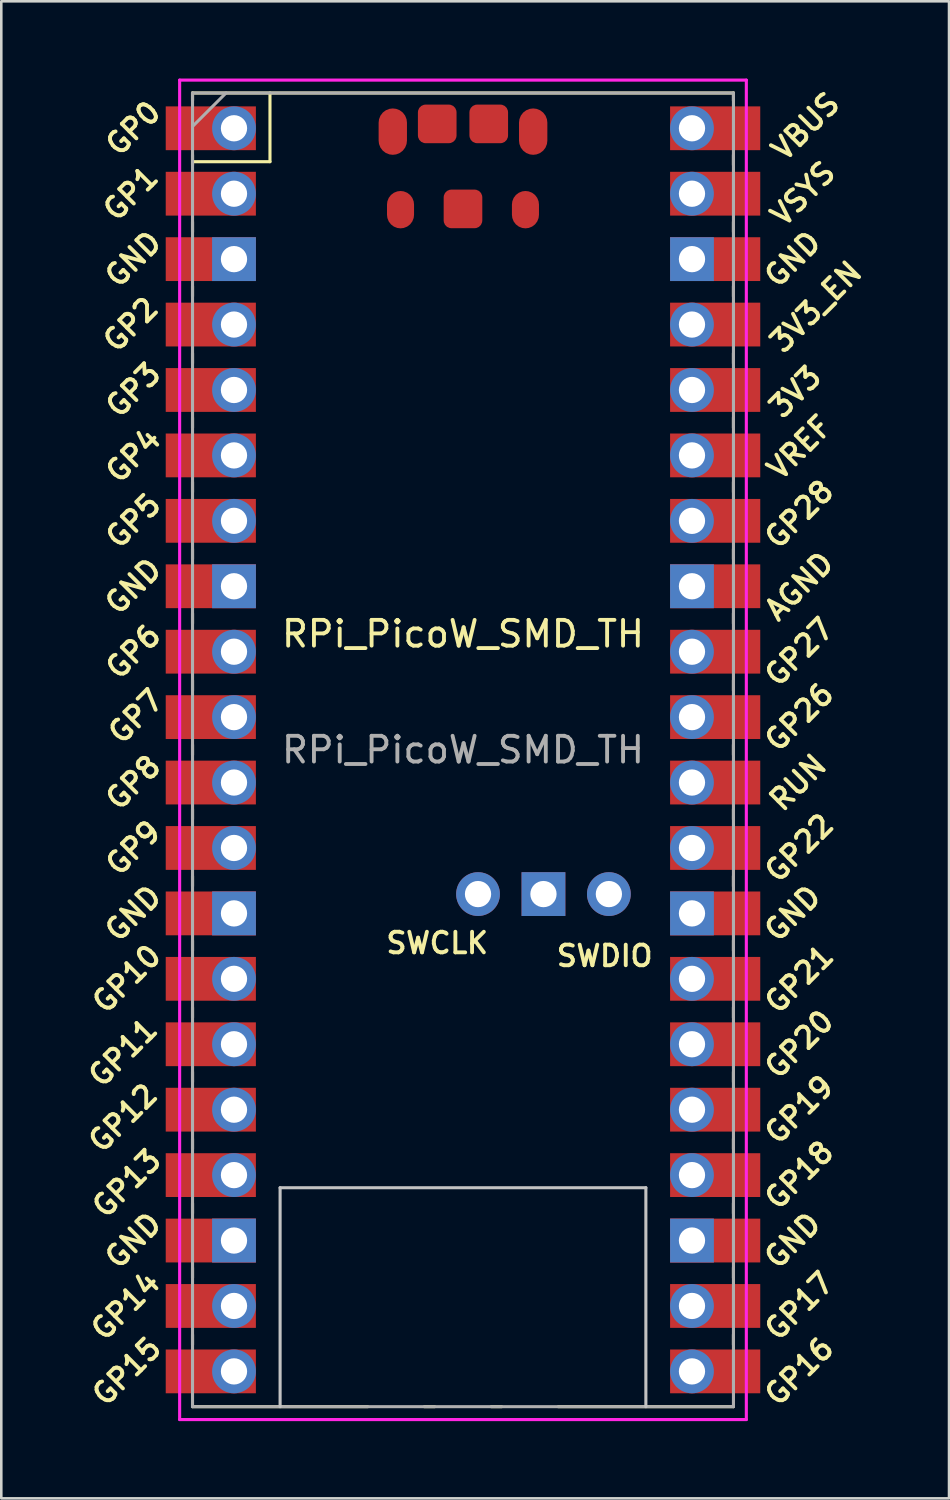
<source format=kicad_pcb>
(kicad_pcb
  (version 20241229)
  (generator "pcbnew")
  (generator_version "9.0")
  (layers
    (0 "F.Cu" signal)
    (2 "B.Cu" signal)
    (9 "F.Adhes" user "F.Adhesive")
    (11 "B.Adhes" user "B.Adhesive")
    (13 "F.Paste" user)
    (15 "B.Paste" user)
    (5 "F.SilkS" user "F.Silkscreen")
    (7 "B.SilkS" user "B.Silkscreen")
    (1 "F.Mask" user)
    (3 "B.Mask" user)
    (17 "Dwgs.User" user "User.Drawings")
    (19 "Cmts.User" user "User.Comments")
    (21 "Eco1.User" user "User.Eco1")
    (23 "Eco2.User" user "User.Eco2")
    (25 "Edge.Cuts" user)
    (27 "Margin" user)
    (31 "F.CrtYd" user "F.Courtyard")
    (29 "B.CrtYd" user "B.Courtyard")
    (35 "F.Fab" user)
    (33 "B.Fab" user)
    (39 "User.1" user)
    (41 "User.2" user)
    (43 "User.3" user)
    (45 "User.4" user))
  (footprint "RPi_PicoW_SMD_TH"
    (layer "F.Cu")
    (at 4.424 51.56)
    (property "Reference" "RPi_PicoW_SMD_TH" (at 10.5 -30 0) (layer "F.SilkS") (effects (font (size 1 1) (thickness 0.15))))
    (attr through_hole)
    (fp_line (start 0 -51) (end 0 -50.7) (stroke (width 0.12) (type solid)) (layer "F.SilkS"))
    (fp_line (start 0 -51) (end 21 -51) (stroke (width 0.12) (type solid)) (layer "F.SilkS"))
    (fp_line (start 0 -48.6) (end 0 -48.2) (stroke (width 0.12) (type solid)) (layer "F.SilkS"))
    (fp_line (start 0 -48.333) (end 3.007 -48.333) (stroke (width 0.12) (type solid)) (layer "F.SilkS"))
    (fp_line (start 0 -46) (end 0 -45.6) (stroke (width 0.12) (type solid)) (layer "F.SilkS"))
    (fp_line (start 0 -43.5) (end 0 -43.1) (stroke (width 0.12) (type solid)) (layer "F.SilkS"))
    (fp_line (start 0 -40.9) (end 0 -40.5) (stroke (width 0.12) (type solid)) (layer "F.SilkS"))
    (fp_line (start 0 -38.4) (end 0 -38) (stroke (width 0.12) (type solid)) (layer "F.SilkS"))
    (fp_line (start 0 -35.9) (end 0 -35.5) (stroke (width 0.12) (type solid)) (layer "F.SilkS"))
    (fp_line (start 0 -33.3) (end 0 -32.9) (stroke (width 0.12) (type solid)) (layer "F.SilkS"))
    (fp_line (start 0 -30.8) (end 0 -30.4) (stroke (width 0.12) (type solid)) (layer "F.SilkS"))
    (fp_line (start 0 -28.2) (end 0 -27.8) (stroke (width 0.12) (type solid)) (layer "F.SilkS"))
    (fp_line (start 0 -25.7) (end 0 -25.3) (stroke (width 0.12) (type solid)) (layer "F.SilkS"))
    (fp_line (start 0 -23.2) (end 0 -22.8) (stroke (width 0.12) (type solid)) (layer "F.SilkS"))
    (fp_line (start 0 -20.6) (end 0 -20.2) (stroke (width 0.12) (type solid)) (layer "F.SilkS"))
    (fp_line (start 0 -18.1) (end 0 -17.7) (stroke (width 0.12) (type solid)) (layer "F.SilkS"))
    (fp_line (start 0 -15.5) (end 0 -15.1) (stroke (width 0.12) (type solid)) (layer "F.SilkS"))
    (fp_line (start 0 -13) (end 0 -12.6) (stroke (width 0.12) (type solid)) (layer "F.SilkS"))
    (fp_line (start 0 -10.4) (end 0 -10) (stroke (width 0.12) (type solid)) (layer "F.SilkS"))
    (fp_line (start 0 -7.9) (end 0 -7.5) (stroke (width 0.12) (type solid)) (layer "F.SilkS"))
    (fp_line (start 0 -5.4) (end 0 -5) (stroke (width 0.12) (type solid)) (layer "F.SilkS"))
    (fp_line (start 0 -2.8) (end 0 -2.4) (stroke (width 0.12) (type solid)) (layer "F.SilkS"))
    (fp_line (start 3.007 -48.333) (end 3.007 -51) (stroke (width 0.12) (type solid)) (layer "F.SilkS"))
    (fp_line (start 6.8 0) (end 0 0) (stroke (width 0.12) (type solid)) (layer "F.SilkS"))
    (fp_line (start 9 0) (end 9.4 0) (stroke (width 0.12) (type solid)) (layer "F.SilkS"))
    (fp_line (start 11.6 0) (end 12 0) (stroke (width 0.12) (type solid)) (layer "F.SilkS"))
    (fp_line (start 21 -51) (end 21 -50.7) (stroke (width 0.12) (type solid)) (layer "F.SilkS"))
    (fp_line (start 21 -48.6) (end 21 -48.2) (stroke (width 0.12) (type solid)) (layer "F.SilkS"))
    (fp_line (start 21 -46) (end 21 -45.6) (stroke (width 0.12) (type solid)) (layer "F.SilkS"))
    (fp_line (start 21 -43.5) (end 21 -43.1) (stroke (width 0.12) (type solid)) (layer "F.SilkS"))
    (fp_line (start 21 -40.9) (end 21 -40.5) (stroke (width 0.12) (type solid)) (layer "F.SilkS"))
    (fp_line (start 21 -38.4) (end 21 -38) (stroke (width 0.12) (type solid)) (layer "F.SilkS"))
    (fp_line (start 21 -35.9) (end 21 -35.5) (stroke (width 0.12) (type solid)) (layer "F.SilkS"))
    (fp_line (start 21 -33.3) (end 21 -32.9) (stroke (width 0.12) (type solid)) (layer "F.SilkS"))
    (fp_line (start 21 -30.8) (end 21 -30.4) (stroke (width 0.12) (type solid)) (layer "F.SilkS"))
    (fp_line (start 21 -28.2) (end 21 -27.8) (stroke (width 0.12) (type solid)) (layer "F.SilkS"))
    (fp_line (start 21 -25.7) (end 21 -25.3) (stroke (width 0.12) (type solid)) (layer "F.SilkS"))
    (fp_line (start 21 -23.2) (end 21 -22.8) (stroke (width 0.12) (type solid)) (layer "F.SilkS"))
    (fp_line (start 21 -20.6) (end 21 -20.2) (stroke (width 0.12) (type solid)) (layer "F.SilkS"))
    (fp_line (start 21 -18.1) (end 21 -17.7) (stroke (width 0.12) (type solid)) (layer "F.SilkS"))
    (fp_line (start 21 -15.5) (end 21 -15.1) (stroke (width 0.12) (type solid)) (layer "F.SilkS"))
    (fp_line (start 21 -13) (end 21 -12.6) (stroke (width 0.12) (type solid)) (layer "F.SilkS"))
    (fp_line (start 21 -10.4) (end 21 -10) (stroke (width 0.12) (type solid)) (layer "F.SilkS"))
    (fp_line (start 21 -7.9) (end 21 -7.5) (stroke (width 0.12) (type solid)) (layer "F.SilkS"))
    (fp_line (start 21 -5.4) (end 21 -5) (stroke (width 0.12) (type solid)) (layer "F.SilkS"))
    (fp_line (start 21 -2.8) (end 21 -2.4) (stroke (width 0.12) (type solid)) (layer "F.SilkS"))
    (fp_line (start 21 0) (end 14.2 0) (stroke (width 0.12) (type solid)) (layer "F.SilkS"))
    (fp_line (start 3.4 -8.5) (end 17.6 -8.5) (stroke (width 0.12) (type solid)) (layer "Dwgs.User"))
    (fp_line (start 3.4 0) (end 3.4 -8.5) (stroke (width 0.12) (type solid)) (layer "Dwgs.User"))
    (fp_line (start 17.6 -8.5) (end 17.6 0) (stroke (width 0.12) (type solid)) (layer "Dwgs.User"))
    (fp_line (start -0.5 -51.5) (end 21.5 -51.5) (stroke (width 0.12) (type solid)) (layer "F.CrtYd"))
    (fp_line (start -0.5 0.5) (end -0.5 -51.5) (stroke (width 0.12) (type solid)) (layer "F.CrtYd"))
    (fp_line (start 21.5 -51.5) (end 21.5 0.5) (stroke (width 0.12) (type solid)) (layer "F.CrtYd"))
    (fp_line (start 21.5 0.5) (end -0.5 0.5) (stroke (width 0.12) (type solid)) (layer "F.CrtYd"))
    (fp_line (start 0 -51) (end 21 -51) (stroke (width 0.12) (type solid)) (layer "F.Fab"))
    (fp_line (start 0 -49.7) (end 1.3 -51) (stroke (width 0.12) (type solid)) (layer "F.Fab"))
    (fp_line (start 0 0) (end 0 -51) (stroke (width 0.12) (type solid)) (layer "F.Fab"))
    (fp_line (start 21 -51) (end 21 0) (stroke (width 0.12) (type solid)) (layer "F.Fab"))
    (fp_line (start 21 0) (end 0 0) (stroke (width 0.12) (type solid)) (layer "F.Fab"))
    (fp_text user "GND" (at -2.3 -19.15 45) (layer "F.SilkS") (effects (font (size 0.8 0.8) (thickness 0.15))))
    (fp_text user "GP22" (at 23.554 -21.69 45) (layer "F.SilkS") (effects (font (size 0.8 0.8) (thickness 0.15))))
    (fp_text user "GP12" (at -2.7 -11.207 45) (layer "F.SilkS") (effects (font (size 0.8 0.8) (thickness 0.15))))
    (fp_text user "GP3" (at -2.3 -39.47 45) (layer "F.SilkS") (effects (font (size 0.8 0.8) (thickness 0.15))))
    (fp_text user "GP27" (at 23.554 -29.3 45) (layer "F.SilkS") (effects (font (size 0.8 0.8) (thickness 0.15))))
    (fp_text user "SWCLK" (at 9.5 -18 0) (layer "F.SilkS") (effects (font (size 0.8 0.8) (thickness 0.15))))
    (fp_text user "GP16" (at 23.554 -1.37 45) (layer "F.SilkS") (effects (font (size 0.8 0.8) (thickness 0.15))))
    (fp_text user "3V3" (at 23.4 -39.4 45) (layer "F.SilkS") (effects (font (size 0.8 0.8) (thickness 0.15))))
    (fp_text user "GND" (at -2.3 -44.55 45) (layer "F.SilkS") (effects (font (size 0.8 0.8) (thickness 0.15))))
    (fp_text user "VSYS" (at 23.7 -47.09 45) (layer "F.SilkS") (effects (font (size 0.8 0.8) (thickness 0.15))))
    (fp_text user "3V3_EN" (at 24.2 -42.7 45) (layer "F.SilkS") (effects (font (size 0.8 0.8) (thickness 0.15))))
    (fp_text user "GP20" (at 23.554 -14.07 45) (layer "F.SilkS") (effects (font (size 0.8 0.8) (thickness 0.15))))
    (fp_text user "GND" (at -2.3 -6.45 45) (layer "F.SilkS") (effects (font (size 0.8 0.8) (thickness 0.15))))
    (fp_text user "GP19" (at 23.554 -11.53 45) (layer "F.SilkS") (effects (font (size 0.8 0.8) (thickness 0.15))))
    (fp_text user "GND" (at -2.3 -31.85 45) (layer "F.SilkS") (effects (font (size 0.8 0.8) (thickness 0.15))))
    (fp_text user "AGND" (at 23.554 -31.85 45) (layer "F.SilkS") (effects (font (size 0.8 0.8) (thickness 0.15))))
    (fp_text user "GP26" (at 23.554 -26.77 45) (layer "F.SilkS") (effects (font (size 0.8 0.8) (thickness 0.15))))
    (fp_text user "VREF" (at 23.567 -37.242 45) (layer "F.SilkS") (effects (font (size 0.8 0.8) (thickness 0.15))))
    (fp_text user "GP5" (at -2.3 -34.39 45) (layer "F.SilkS") (effects (font (size 0.8 0.8) (thickness 0.15))))
    (fp_text user "GP8" (at -2.3 -24.23 45) (layer "F.SilkS") (effects (font (size 0.8 0.8) (thickness 0.15))))
    (fp_text user "GP9" (at -2.3 -21.69 45) (layer "F.SilkS") (effects (font (size 0.8 0.8) (thickness 0.15))))
    (fp_text user "GP18" (at 23.554 -8.99 45) (layer "F.SilkS") (effects (font (size 0.8 0.8) (thickness 0.15))))
    (fp_text user "VBUS" (at 23.8 -49.7 45) (layer "F.SilkS") (effects (font (size 0.8 0.8) (thickness 0.15))))
    (fp_text user "GP2" (at -2.4 -42.01 45) (layer "F.SilkS") (effects (font (size 0.8 0.8) (thickness 0.15))))
    (fp_text user "RUN" (at 23.5 -24.23 45) (layer "F.SilkS") (effects (font (size 0.8 0.8) (thickness 0.15))))
    (fp_text user "GP28" (at 23.554 -34.644 45) (layer "F.SilkS") (effects (font (size 0.8 0.8) (thickness 0.15))))
    (fp_text user "GP14" (at -2.6 -3.91 45) (layer "F.SilkS") (effects (font (size 0.8 0.8) (thickness 0.15))))
    (fp_text user "GP21" (at 23.554 -16.6 45) (layer "F.SilkS") (effects (font (size 0.8 0.8) (thickness 0.15))))
    (fp_text user "GND" (at 23.3 -6.45 45) (layer "F.SilkS") (effects (font (size 0.8 0.8) (thickness 0.15))))
    (fp_text user "GP10" (at -2.554 -16.61 45) (layer "F.SilkS") (effects (font (size 0.8 0.8) (thickness 0.15))))
    (fp_text user "GP1" (at -2.4 -47.1 45) (layer "F.SilkS") (effects (font (size 0.8 0.8) (thickness 0.15))))
    (fp_text user "GP15" (at -2.554 -1.37 45) (layer "F.SilkS") (effects (font (size 0.8 0.8) (thickness 0.15))))
    (fp_text user "SWDIO" (at 16 -17.5 0) (layer "F.SilkS") (effects (font (size 0.8 0.8) (thickness 0.15))))
    (fp_text user "GP0" (at -2.3 -49.63 45) (layer "F.SilkS") (effects (font (size 0.8 0.8) (thickness 0.15))))
    (fp_text user "GP7" (at -2.2 -26.8 45) (layer "F.SilkS") (effects (font (size 0.8 0.8) (thickness 0.15))))
    (fp_text user "GP4" (at -2.3 -36.93 45) (layer "F.SilkS") (effects (font (size 0.8 0.8) (thickness 0.15))))
    (fp_text user "GP17" (at 23.554 -3.91 45) (layer "F.SilkS") (effects (font (size 0.8 0.8) (thickness 0.15))))
    (fp_text user "GP13" (at -2.554 -8.668 45) (layer "F.SilkS") (effects (font (size 0.8 0.8) (thickness 0.15))))
    (fp_text user "GND" (at 23.3 -44.55 45) (layer "F.SilkS") (effects (font (size 0.8 0.8) (thickness 0.15))))
    (fp_text user "GP6" (at -2.3 -29.31 45) (layer "F.SilkS") (effects (font (size 0.8 0.8) (thickness 0.15))))
    (fp_text user "GND" (at 23.3 -19.15 45) (layer "F.SilkS") (effects (font (size 0.8 0.8) (thickness 0.15))))
    (fp_text user "GP11" (at -2.7 -13.748 45) (layer "F.SilkS") (effects (font (size 0.8 0.8) (thickness 0.15))))
    (fp_text user "${REFERENCE}" (at 10.5 -25.5 180) (layer "F.Fab") (effects (font (size 1 1) (thickness 0.15))))
    (pad "1" thru_hole oval (at 1.61 -49.63) (size 1.7 1.7) (drill 1.02) (layers "*.Cu" "*.Mask"))
    (pad "1" smd rect (at 1.61 -49.63) (size 3.5 1.7) (drill (offset -0.9 0)) (layers "F.Cu" "F.Mask"))
    (pad "2" thru_hole oval (at 1.61 -47.09) (size 1.7 1.7) (drill 1.02) (layers "*.Cu" "*.Mask"))
    (pad "2" smd rect (at 1.61 -47.09) (size 3.5 1.7) (drill (offset -0.9 0)) (layers "F.Cu" "F.Mask"))
    (pad "3" thru_hole rect (at 1.61 -44.55) (size 1.7 1.7) (drill 1.02) (layers "*.Cu" "*.Mask"))
    (pad "3" smd rect (at 1.61 -44.55) (size 3.5 1.7) (drill (offset -0.9 0)) (layers "F.Cu" "F.Mask"))
    (pad "4" thru_hole oval (at 1.61 -42.01) (size 1.7 1.7) (drill 1.02) (layers "*.Cu" "*.Mask"))
    (pad "4" smd rect (at 1.61 -42.01) (size 3.5 1.7) (drill (offset -0.9 0)) (layers "F.Cu" "F.Mask"))
    (pad "5" thru_hole oval (at 1.61 -39.47) (size 1.7 1.7) (drill 1.02) (layers "*.Cu" "*.Mask"))
    (pad "5" smd rect (at 1.61 -39.47) (size 3.5 1.7) (drill (offset -0.9 0)) (layers "F.Cu" "F.Mask"))
    (pad "6" thru_hole oval (at 1.61 -36.93) (size 1.7 1.7) (drill 1.02) (layers "*.Cu" "*.Mask"))
    (pad "6" smd rect (at 1.61 -36.93) (size 3.5 1.7) (drill (offset -0.9 0)) (layers "F.Cu" "F.Mask"))
    (pad "7" thru_hole oval (at 1.61 -34.39) (size 1.7 1.7) (drill 1.02) (layers "*.Cu" "*.Mask"))
    (pad "7" smd rect (at 1.61 -34.39) (size 3.5 1.7) (drill (offset -0.9 0)) (layers "F.Cu" "F.Mask"))
    (pad "8" thru_hole rect (at 1.61 -31.85) (size 1.7 1.7) (drill 1.02) (layers "*.Cu" "*.Mask"))
    (pad "8" smd rect (at 1.61 -31.85) (size 3.5 1.7) (drill (offset -0.9 0)) (layers "F.Cu" "F.Mask"))
    (pad "9" thru_hole oval (at 1.61 -29.31) (size 1.7 1.7) (drill 1.02) (layers "*.Cu" "*.Mask"))
    (pad "9" smd rect (at 1.61 -29.31) (size 3.5 1.7) (drill (offset -0.9 0)) (layers "F.Cu" "F.Mask"))
    (pad "10" thru_hole oval (at 1.61 -26.77) (size 1.7 1.7) (drill 1.02) (layers "*.Cu" "*.Mask"))
    (pad "10" smd rect (at 1.61 -26.77) (size 3.5 1.7) (drill (offset -0.9 0)) (layers "F.Cu" "F.Mask"))
    (pad "11" thru_hole oval (at 1.61 -24.23) (size 1.7 1.7) (drill 1.02) (layers "*.Cu" "*.Mask"))
    (pad "11" smd rect (at 1.61 -24.23) (size 3.5 1.7) (drill (offset -0.9 0)) (layers "F.Cu" "F.Mask"))
    (pad "12" thru_hole oval (at 1.61 -21.69) (size 1.7 1.7) (drill 1.02) (layers "*.Cu" "*.Mask"))
    (pad "12" smd rect (at 1.61 -21.69) (size 3.5 1.7) (drill (offset -0.9 0)) (layers "F.Cu" "F.Mask"))
    (pad "13" thru_hole rect (at 1.61 -19.15) (size 1.7 1.7) (drill 1.02) (layers "*.Cu" "*.Mask"))
    (pad "13" smd rect (at 1.61 -19.15) (size 3.5 1.7) (drill (offset -0.9 0)) (layers "F.Cu" "F.Mask"))
    (pad "14" thru_hole oval (at 1.61 -16.61) (size 1.7 1.7) (drill 1.02) (layers "*.Cu" "*.Mask"))
    (pad "14" smd rect (at 1.61 -16.61) (size 3.5 1.7) (drill (offset -0.9 0)) (layers "F.Cu" "F.Mask"))
    (pad "15" thru_hole oval (at 1.61 -14.07) (size 1.7 1.7) (drill 1.02) (layers "*.Cu" "*.Mask"))
    (pad "15" smd rect (at 1.61 -14.07) (size 3.5 1.7) (drill (offset -0.9 0)) (layers "F.Cu" "F.Mask"))
    (pad "16" thru_hole oval (at 1.61 -11.53) (size 1.7 1.7) (drill 1.02) (layers "*.Cu" "*.Mask"))
    (pad "16" smd rect (at 1.61 -11.53) (size 3.5 1.7) (drill (offset -0.9 0)) (layers "F.Cu" "F.Mask"))
    (pad "17" thru_hole oval (at 1.61 -8.99) (size 1.7 1.7) (drill 1.02) (layers "*.Cu" "*.Mask"))
    (pad "17" smd rect (at 1.61 -8.99) (size 3.5 1.7) (drill (offset -0.9 0)) (layers "F.Cu" "F.Mask"))
    (pad "18" thru_hole rect (at 1.61 -6.45) (size 1.7 1.7) (drill 1.02) (layers "*.Cu" "*.Mask"))
    (pad "18" smd rect (at 1.61 -6.45) (size 3.5 1.7) (drill (offset -0.9 0)) (layers "F.Cu" "F.Mask"))
    (pad "19" thru_hole oval (at 1.61 -3.91) (size 1.7 1.7) (drill 1.02) (layers "*.Cu" "*.Mask"))
    (pad "19" smd rect (at 1.61 -3.91) (size 3.5 1.7) (drill (offset -0.9 0)) (layers "F.Cu" "F.Mask"))
    (pad "20" thru_hole oval (at 1.61 -1.37) (size 1.7 1.7) (drill 1.02) (layers "*.Cu" "*.Mask"))
    (pad "20" smd rect (at 1.61 -1.37) (size 3.5 1.7) (drill (offset -0.9 0)) (layers "F.Cu" "F.Mask"))
    (pad "21" thru_hole oval (at 19.39 -1.37) (size 1.7 1.7) (drill 1.02) (layers "*.Cu" "*.Mask"))
    (pad "21" smd rect (at 19.39 -1.37) (size 3.5 1.7) (drill (offset 0.9 0)) (layers "F.Cu" "F.Mask"))
    (pad "22" thru_hole oval (at 19.39 -3.91) (size 1.7 1.7) (drill 1.02) (layers "*.Cu" "*.Mask"))
    (pad "22" smd rect (at 19.39 -3.91) (size 3.5 1.7) (drill (offset 0.9 0)) (layers "F.Cu" "F.Mask"))
    (pad "23" thru_hole rect (at 19.39 -6.45) (size 1.7 1.7) (drill 1.02) (layers "*.Cu" "*.Mask"))
    (pad "23" smd rect (at 19.39 -6.45) (size 3.5 1.7) (drill (offset 0.9 0)) (layers "F.Cu" "F.Mask"))
    (pad "24" thru_hole oval (at 19.39 -8.99) (size 1.7 1.7) (drill 1.02) (layers "*.Cu" "*.Mask"))
    (pad "24" smd rect (at 19.39 -8.99) (size 3.5 1.7) (drill (offset 0.9 0)) (layers "F.Cu" "F.Mask"))
    (pad "25" thru_hole oval (at 19.39 -11.53) (size 1.7 1.7) (drill 1.02) (layers "*.Cu" "*.Mask"))
    (pad "25" smd rect (at 19.39 -11.53) (size 3.5 1.7) (drill (offset 0.9 0)) (layers "F.Cu" "F.Mask"))
    (pad "26" thru_hole oval (at 19.39 -14.07) (size 1.7 1.7) (drill 1.02) (layers "*.Cu" "*.Mask"))
    (pad "26" smd rect (at 19.39 -14.07) (size 3.5 1.7) (drill (offset 0.9 0)) (layers "F.Cu" "F.Mask"))
    (pad "27" thru_hole oval (at 19.39 -16.61) (size 1.7 1.7) (drill 1.02) (layers "*.Cu" "*.Mask"))
    (pad "27" smd rect (at 19.39 -16.61) (size 3.5 1.7) (drill (offset 0.9 0)) (layers "F.Cu" "F.Mask"))
    (pad "28" thru_hole rect (at 19.39 -19.15) (size 1.7 1.7) (drill 1.02) (layers "*.Cu" "*.Mask"))
    (pad "28" smd rect (at 19.39 -19.15) (size 3.5 1.7) (drill (offset 0.9 0)) (layers "F.Cu" "F.Mask"))
    (pad "29" thru_hole oval (at 19.39 -21.69) (size 1.7 1.7) (drill 1.02) (layers "*.Cu" "*.Mask"))
    (pad "29" smd rect (at 19.39 -21.69) (size 3.5 1.7) (drill (offset 0.9 0)) (layers "F.Cu" "F.Mask"))
    (pad "30" thru_hole oval (at 19.39 -24.23) (size 1.7 1.7) (drill 1.02) (layers "*.Cu" "*.Mask"))
    (pad "30" smd rect (at 19.39 -24.23) (size 3.5 1.7) (drill (offset 0.9 0)) (layers "F.Cu" "F.Mask"))
    (pad "31" thru_hole oval (at 19.39 -26.77) (size 1.7 1.7) (drill 1.02) (layers "*.Cu" "*.Mask"))
    (pad "31" smd rect (at 19.39 -26.77) (size 3.5 1.7) (drill (offset 0.9 0)) (layers "F.Cu" "F.Mask"))
    (pad "32" thru_hole oval (at 19.39 -29.31) (size 1.7 1.7) (drill 1.02) (layers "*.Cu" "*.Mask"))
    (pad "32" smd rect (at 19.39 -29.31) (size 3.5 1.7) (drill (offset 0.9 0)) (layers "F.Cu" "F.Mask"))
    (pad "33" thru_hole rect (at 19.39 -31.85) (size 1.7 1.7) (drill 1.02) (layers "*.Cu" "*.Mask"))
    (pad "33" smd rect (at 19.39 -31.85) (size 3.5 1.7) (drill (offset 0.9 0)) (layers "F.Cu" "F.Mask"))
    (pad "34" thru_hole oval (at 19.39 -34.39) (size 1.7 1.7) (drill 1.02) (layers "*.Cu" "*.Mask"))
    (pad "34" smd rect (at 19.39 -34.39) (size 3.5 1.7) (drill (offset 0.9 0)) (layers "F.Cu" "F.Mask"))
    (pad "35" thru_hole oval (at 19.39 -36.93) (size 1.7 1.7) (drill 1.02) (layers "*.Cu" "*.Mask"))
    (pad "35" smd rect (at 19.39 -36.93) (size 3.5 1.7) (drill (offset 0.9 0)) (layers "F.Cu" "F.Mask"))
    (pad "36" thru_hole oval (at 19.39 -39.47) (size 1.7 1.7) (drill 1.02) (layers "*.Cu" "*.Mask"))
    (pad "36" smd rect (at 19.39 -39.47) (size 3.5 1.7) (drill (offset 0.9 0)) (layers "F.Cu" "F.Mask"))
    (pad "37" thru_hole oval (at 19.39 -42.01) (size 1.7 1.7) (drill 1.02) (layers "*.Cu" "*.Mask"))
    (pad "37" smd rect (at 19.39 -42.01) (size 3.5 1.7) (drill (offset 0.9 0)) (layers "F.Cu" "F.Mask"))
    (pad "38" thru_hole rect (at 19.39 -44.55) (size 1.7 1.7) (drill 1.02) (layers "*.Cu" "*.Mask"))
    (pad "38" smd rect (at 19.39 -44.55) (size 3.5 1.7) (drill (offset 0.9 0)) (layers "F.Cu" "F.Mask"))
    (pad "39" thru_hole oval (at 19.39 -47.09) (size 1.7 1.7) (drill 1.02) (layers "*.Cu" "*.Mask"))
    (pad "39" smd rect (at 19.39 -47.09) (size 3.5 1.7) (drill (offset 0.9 0)) (layers "F.Cu" "F.Mask"))
    (pad "40" thru_hole oval (at 19.39 -49.63) (size 1.7 1.7) (drill 1.02) (layers "*.Cu" "*.Mask"))
    (pad "40" smd rect (at 19.39 -49.63) (size 3.5 1.7) (drill (offset 0.9 0)) (layers "F.Cu" "F.Mask"))
    (pad "41" thru_hole oval (at 11.084 -19.9) (size 1.7 1.7) (drill 1.02) (layers "*.Cu" "*.Mask"))
    (pad "42" thru_hole rect (at 13.624 -19.9) (size 1.7 1.7) (drill 1.02) (layers "*.Cu" "*.Mask"))
    (pad "43" thru_hole oval (at 16.164 -19.9) (size 1.7 1.7) (drill 1.02) (layers "*.Cu" "*.Mask"))
    (pad "A" smd roundrect (at 7.775 -49.5) (size 1.1 1.8) (layers "F.Cu" "F.Mask" "F.Paste") (roundrect_rratio 0.5))
    (pad "B" smd roundrect (at 13.225 -49.5) (size 1.1 1.8) (layers "F.Cu" "F.Mask" "F.Paste") (roundrect_rratio 0.5))
    (pad "C" smd roundrect (at 8.075 -46.47) (size 1.05 1.45) (layers "F.Cu" "F.Mask" "F.Paste") (roundrect_rratio 0.5))
    (pad "D" smd roundrect (at 12.925 -46.47) (size 1.05 1.45) (layers "F.Cu" "F.Mask" "F.Paste") (roundrect_rratio 0.5))
    (pad "TP1" smd roundrect (at 10.5 -46.5) (size 1.5 1.5) (layers "F.Cu" "F.Mask" "F.Paste") (roundrect_rratio 0.2))
    (pad "TP2" smd roundrect (at 11.5 -49.8) (size 1.5 1.5) (layers "F.Cu" "F.Mask" "F.Paste") (roundrect_rratio 0.2))
    (pad "TP3" smd roundrect (at 9.5 -49.8) (size 1.5 1.5) (layers "F.Cu" "F.Mask" "F.Paste") (roundrect_rratio 0.2))
    (zone (net_name "") (layer "F.Cu") (hatch edge 0.5) (connect_pads) (min_thickness 0.25) (filled_areas_thickness no) (keepout (tracks not_allowed) (vias not_allowed) (pads not_allowed) (copperpour allowed) (footprints allowed)) (placement (enabled no)) (fill) (polygon (pts (xy 11.424 9.16) (xy 11.424 11.16) (xy 13.424 11.16) (xy 13.424 9.16))))
    (zone (net_name "") (layer "F.Cu") (hatch edge 0.5) (connect_pads) (min_thickness 0.25) (filled_areas_thickness no) (keepout (tracks not_allowed) (vias not_allowed) (pads not_allowed) (copperpour allowed) (footprints allowed)) (placement (enabled no)) (fill) (polygon (pts (xy 11.424 11.66) (xy 11.424 13.66) (xy 13.424 13.66) (xy 13.424 11.66))))
    (zone (net_name "") (layer "F.Cu") (hatch edge 0.5) (connect_pads) (min_thickness 0.25) (filled_areas_thickness no) (keepout (tracks not_allowed) (vias not_allowed) (pads not_allowed) (copperpour allowed) (footprints allowed)) (placement (enabled no)) (fill) (polygon (pts (xy 11.424 14.16) (xy 11.424 16.16) (xy 13.424 16.16) (xy 13.424 14.16))))
    (zone (net_name "") (layers "F.Cu" "B.Cu") (hatch edge 0.5) (connect_pads) (min_thickness 0.25) (filled_areas_thickness no) (keepout (tracks not_allowed) (vias not_allowed) (pads not_allowed) (copperpour allowed) (footprints allowed)) (placement (enabled no)) (fill) (polygon (pts (xy 7.824 43.06) (xy 7.824 51.56) (xy 22.024 51.56) (xy 22.024 43.06)))))
  (gr_rect
    (start -3 -3)
    (end 33.793 55.12)
    (stroke (width 0.1) (type default))
    (fill no)
    (layer "Edge.Cuts")))
</source>
